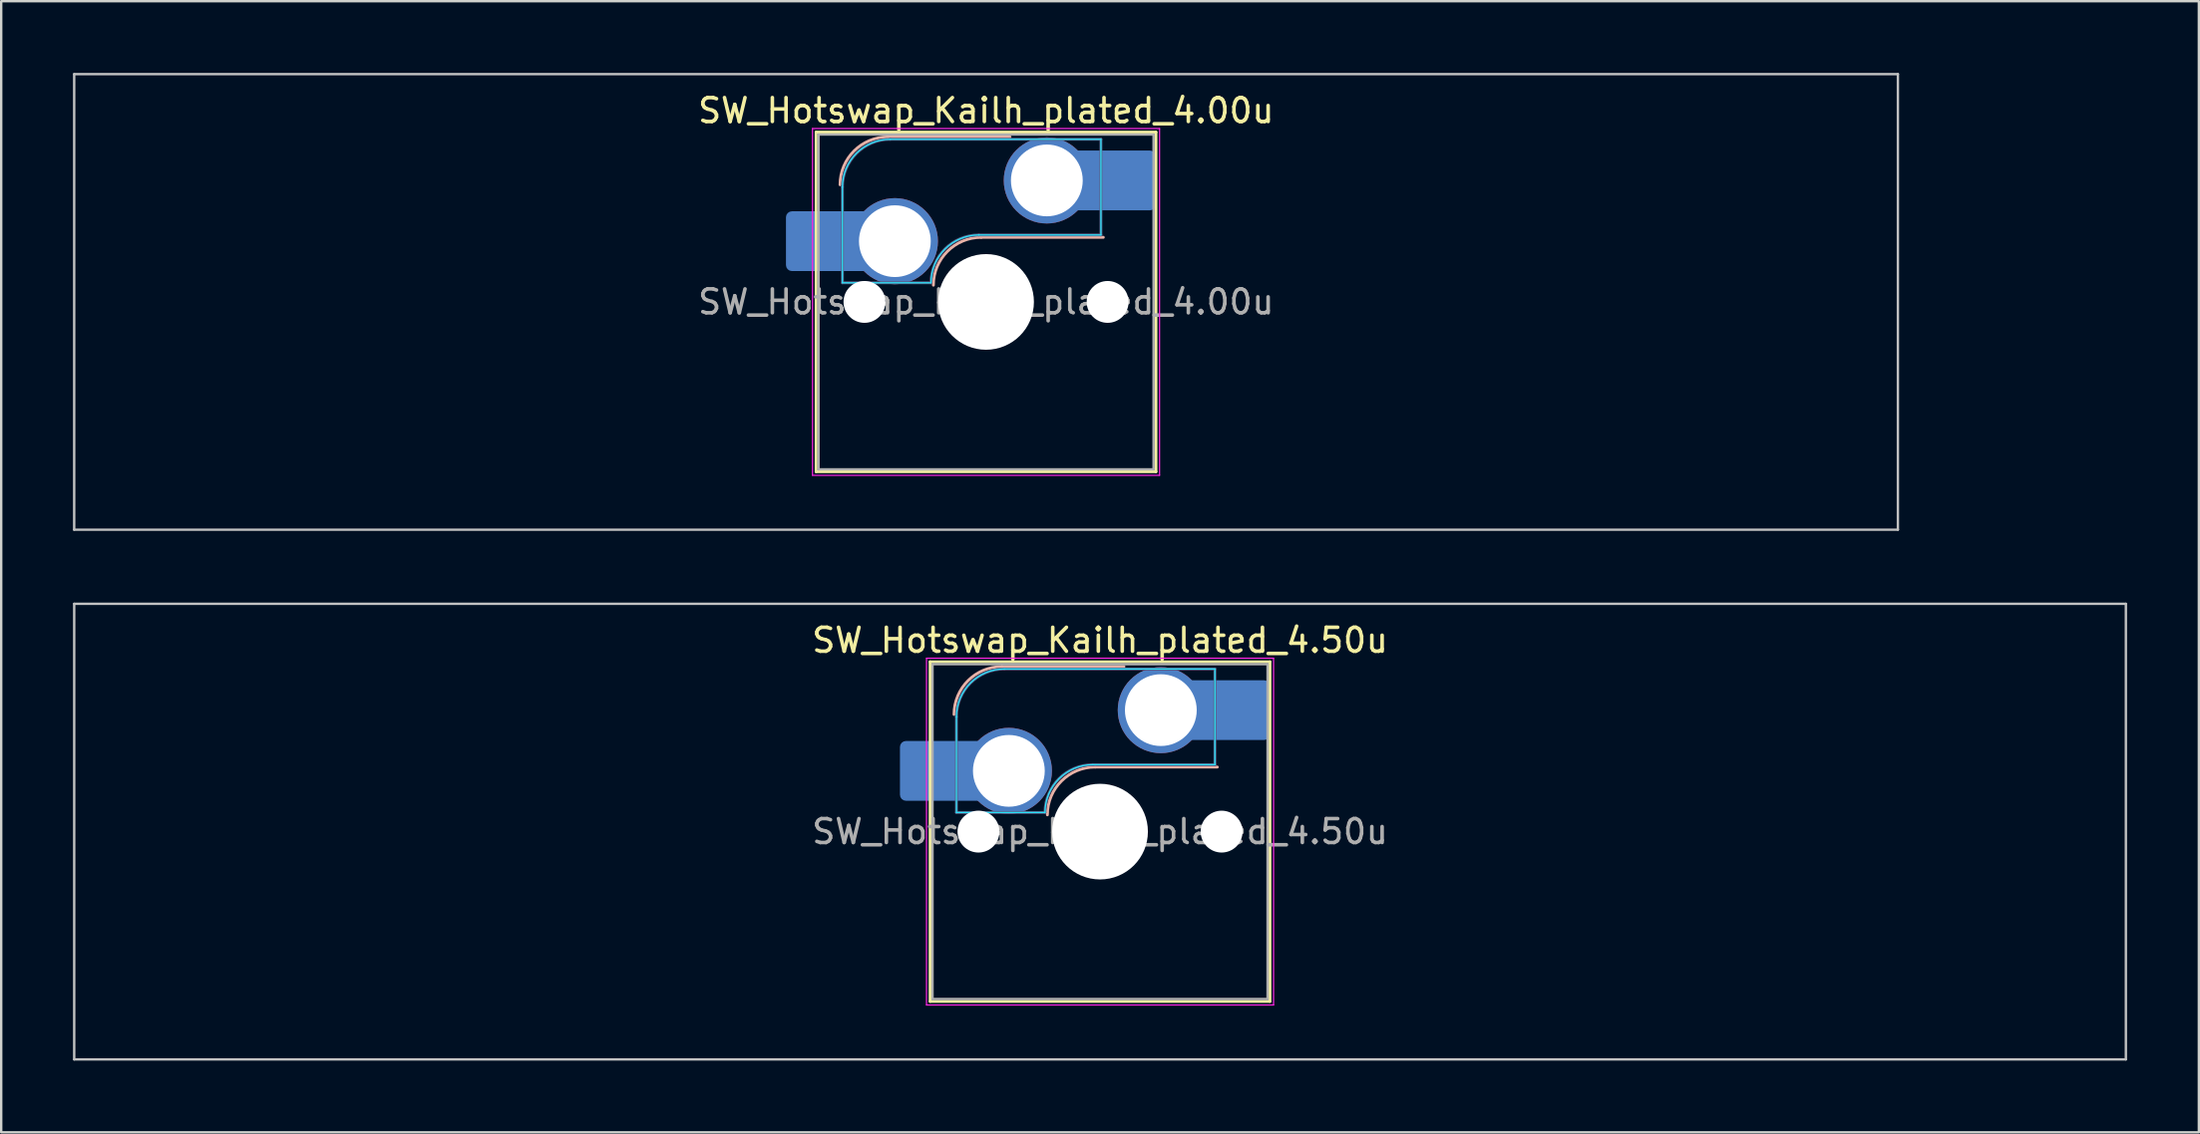
<source format=kicad_pcb>
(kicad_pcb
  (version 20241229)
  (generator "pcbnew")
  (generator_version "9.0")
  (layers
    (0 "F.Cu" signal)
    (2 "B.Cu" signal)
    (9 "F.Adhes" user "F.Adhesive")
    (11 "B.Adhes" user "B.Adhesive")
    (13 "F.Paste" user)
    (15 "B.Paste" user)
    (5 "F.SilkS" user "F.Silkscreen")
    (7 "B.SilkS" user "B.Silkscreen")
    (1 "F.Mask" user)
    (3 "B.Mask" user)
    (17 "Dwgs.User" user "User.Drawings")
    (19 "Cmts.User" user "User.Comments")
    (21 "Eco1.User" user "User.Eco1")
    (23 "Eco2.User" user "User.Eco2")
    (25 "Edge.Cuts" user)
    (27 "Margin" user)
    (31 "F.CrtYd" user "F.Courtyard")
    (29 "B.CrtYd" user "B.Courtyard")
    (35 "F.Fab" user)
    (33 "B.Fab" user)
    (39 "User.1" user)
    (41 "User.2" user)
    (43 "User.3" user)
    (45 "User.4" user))
  (footprint "SW_Hotswap_Kailh_plated_4.00u"
    (layer "F.Cu")
    (at 38.15 9.575)
    (property "Reference" "SW_Hotswap_Kailh_plated_4.00u" (at 0 -8 0) (layer "F.SilkS") (effects (font (size 1 1) (thickness 0.15))))
    (attr smd)
    (fp_line (start -7.1 -7.1) (end -7.1 7.1) (stroke (width 0.12) (type solid)) (layer "F.SilkS"))
    (fp_line (start -7.1 7.1) (end 7.1 7.1) (stroke (width 0.12) (type solid)) (layer "F.SilkS"))
    (fp_line (start 7.1 -7.1) (end -7.1 -7.1) (stroke (width 0.12) (type solid)) (layer "F.SilkS"))
    (fp_line (start 7.1 7.1) (end 7.1 -7.1) (stroke (width 0.12) (type solid)) (layer "F.SilkS"))
    (fp_line (start -4.1 -6.9) (end 1 -6.9) (stroke (width 0.12) (type solid)) (layer "B.SilkS"))
    (fp_line (start -0.2 -2.7) (end 4.9 -2.7) (stroke (width 0.12) (type solid)) (layer "B.SilkS"))
    (fp_arc (start -6.1 -4.9) (mid -5.514214 -6.314214) (end -4.1 -6.9) (stroke (width 0.12) (type solid)) (layer "B.SilkS"))
    (fp_arc (start -2.2 -0.7) (mid -1.614214 -2.114214) (end -0.2 -2.7) (stroke (width 0.12) (type solid)) (layer "B.SilkS"))
    (fp_line (start -38.1 -9.525) (end -38.1 9.525) (stroke (width 0.1) (type solid)) (layer "Dwgs.User"))
    (fp_line (start -38.1 9.525) (end 38.1 9.525) (stroke (width 0.1) (type solid)) (layer "Dwgs.User"))
    (fp_line (start 38.1 -9.525) (end -38.1 -9.525) (stroke (width 0.1) (type solid)) (layer "Dwgs.User"))
    (fp_line (start 38.1 9.525) (end 38.1 -9.525) (stroke (width 0.1) (type solid)) (layer "Dwgs.User"))
    (fp_line (start -7.8 -6) (end -7 -6) (stroke (width 0.1) (type solid)) (layer "Eco1.User"))
    (fp_line (start -7.8 -2.9) (end -7.8 -6) (stroke (width 0.1) (type solid)) (layer "Eco1.User"))
    (fp_line (start -7.8 2.9) (end -7 2.9) (stroke (width 0.1) (type solid)) (layer "Eco1.User"))
    (fp_line (start -7.8 6) (end -7.8 2.9) (stroke (width 0.1) (type solid)) (layer "Eco1.User"))
    (fp_line (start -7 -7) (end 7 -7) (stroke (width 0.1) (type solid)) (layer "Eco1.User"))
    (fp_line (start -7 -6) (end -7 -7) (stroke (width 0.1) (type solid)) (layer "Eco1.User"))
    (fp_line (start -7 -2.9) (end -7.8 -2.9) (stroke (width 0.1) (type solid)) (layer "Eco1.User"))
    (fp_line (start -7 2.9) (end -7 -2.9) (stroke (width 0.1) (type solid)) (layer "Eco1.User"))
    (fp_line (start -7 6) (end -7.8 6) (stroke (width 0.1) (type solid)) (layer "Eco1.User"))
    (fp_line (start -7 7) (end -7 6) (stroke (width 0.1) (type solid)) (layer "Eco1.User"))
    (fp_line (start 7 -7) (end 7 -6) (stroke (width 0.1) (type solid)) (layer "Eco1.User"))
    (fp_line (start 7 -6) (end 7.8 -6) (stroke (width 0.1) (type solid)) (layer "Eco1.User"))
    (fp_line (start 7 -2.9) (end 7 2.9) (stroke (width 0.1) (type solid)) (layer "Eco1.User"))
    (fp_line (start 7 2.9) (end 7.8 2.9) (stroke (width 0.1) (type solid)) (layer "Eco1.User"))
    (fp_line (start 7 6) (end 7 7) (stroke (width 0.1) (type solid)) (layer "Eco1.User"))
    (fp_line (start 7 7) (end -7 7) (stroke (width 0.1) (type solid)) (layer "Eco1.User"))
    (fp_line (start 7.8 -6) (end 7.8 -2.9) (stroke (width 0.1) (type solid)) (layer "Eco1.User"))
    (fp_line (start 7.8 -2.9) (end 7 -2.9) (stroke (width 0.1) (type solid)) (layer "Eco1.User"))
    (fp_line (start 7.8 2.9) (end 7.8 6) (stroke (width 0.1) (type solid)) (layer "Eco1.User"))
    (fp_line (start 7.8 6) (end 7 6) (stroke (width 0.1) (type solid)) (layer "Eco1.User"))
    (fp_line (start -6 -0.8) (end -6 -4.8) (stroke (width 0.05) (type solid)) (layer "B.CrtYd"))
    (fp_line (start -6 -0.8) (end -2.3 -0.8) (stroke (width 0.05) (type solid)) (layer "B.CrtYd"))
    (fp_line (start -4 -6.8) (end 4.8 -6.8) (stroke (width 0.05) (type solid)) (layer "B.CrtYd"))
    (fp_line (start -0.3 -2.8) (end 4.8 -2.8) (stroke (width 0.05) (type solid)) (layer "B.CrtYd"))
    (fp_line (start 4.8 -6.8) (end 4.8 -2.8) (stroke (width 0.05) (type solid)) (layer "B.CrtYd"))
    (fp_arc (start -6 -4.8) (mid -5.414214 -6.214214) (end -4 -6.8) (stroke (width 0.05) (type solid)) (layer "B.CrtYd"))
    (fp_arc (start -2.3 -0.8) (mid -1.714214 -2.214214) (end -0.3 -2.8) (stroke (width 0.05) (type solid)) (layer "B.CrtYd"))
    (fp_line (start -7.25 -7.25) (end -7.25 7.25) (stroke (width 0.05) (type solid)) (layer "F.CrtYd"))
    (fp_line (start -7.25 7.25) (end 7.25 7.25) (stroke (width 0.05) (type solid)) (layer "F.CrtYd"))
    (fp_line (start 7.25 -7.25) (end -7.25 -7.25) (stroke (width 0.05) (type solid)) (layer "F.CrtYd"))
    (fp_line (start 7.25 7.25) (end 7.25 -7.25) (stroke (width 0.05) (type solid)) (layer "F.CrtYd"))
    (fp_line (start -6 -0.8) (end -6 -4.8) (stroke (width 0.12) (type solid)) (layer "B.Fab"))
    (fp_line (start -6 -0.8) (end -2.3 -0.8) (stroke (width 0.12) (type solid)) (layer "B.Fab"))
    (fp_line (start -4 -6.8) (end 4.8 -6.8) (stroke (width 0.12) (type solid)) (layer "B.Fab"))
    (fp_line (start -0.3 -2.8) (end 4.8 -2.8) (stroke (width 0.12) (type solid)) (layer "B.Fab"))
    (fp_line (start 4.8 -6.8) (end 4.8 -2.8) (stroke (width 0.12) (type solid)) (layer "B.Fab"))
    (fp_arc (start -6 -4.8) (mid -5.414214 -6.214214) (end -4 -6.8) (stroke (width 0.12) (type solid)) (layer "B.Fab"))
    (fp_arc (start -2.3 -0.8) (mid -1.714214 -2.214214) (end -0.3 -2.8) (stroke (width 0.12) (type solid)) (layer "B.Fab"))
    (fp_line (start -7 -7) (end -7 7) (stroke (width 0.1) (type solid)) (layer "F.Fab"))
    (fp_line (start -7 7) (end 7 7) (stroke (width 0.1) (type solid)) (layer "F.Fab"))
    (fp_line (start 7 -7) (end -7 -7) (stroke (width 0.1) (type solid)) (layer "F.Fab"))
    (fp_line (start 7 7) (end 7 -7) (stroke (width 0.1) (type solid)) (layer "F.Fab"))
    (fp_text user "${REFERENCE}" (at 0 0 0) (layer "F.Fab") (effects (font (size 1 1) (thickness 0.15))))
    (pad "" smd roundrect (at -7.085 -2.54) (size 2.55 2.5) (layers "B.Mask" "B.Paste") (roundrect_rratio 0.1))
    (pad "" np_thru_hole circle (at -5.08 0) (size 1.75 1.75) (drill 1.75) (layers "*.Cu" "*.Mask"))
    (pad "" np_thru_hole circle (at 0 0) (size 4 4) (drill 4) (layers "*.Cu" "*.Mask"))
    (pad "" np_thru_hole circle (at 5.08 0) (size 1.75 1.75) (drill 1.75) (layers "*.Cu" "*.Mask"))
    (pad "" smd roundrect (at 5.842 -5.08) (size 2.55 2.5) (layers "B.Mask" "B.Paste") (roundrect_rratio 0.1))
    (pad "1" smd roundrect (at -6.585 -2.54) (size 3.55 2.5) (layers "B.Cu") (roundrect_rratio 0.1))
    (pad "1" thru_hole circle (at -3.81 -2.54) (size 3.6 3.6) (drill 3) (layers "*.Cu" "B.Mask"))
    (pad "2" thru_hole circle (at 2.54 -5.08) (size 3.6 3.6) (drill 3) (layers "*.Cu" "B.Mask"))
    (pad "2" smd roundrect (at 5.32 -5.08) (size 3.55 2.5) (layers "B.Cu") (roundrect_rratio 0.1)))
  (footprint "SW_Hotswap_Kailh_plated_4.50u"
    (layer "F.Cu")
    (at 42.913 31.725)
    (property "Reference" "SW_Hotswap_Kailh_plated_4.50u" (at 0 -8 0) (layer "F.SilkS") (effects (font (size 1 1) (thickness 0.15))))
    (attr smd)
    (fp_line (start -7.1 -7.1) (end -7.1 7.1) (stroke (width 0.12) (type solid)) (layer "F.SilkS"))
    (fp_line (start -7.1 7.1) (end 7.1 7.1) (stroke (width 0.12) (type solid)) (layer "F.SilkS"))
    (fp_line (start 7.1 -7.1) (end -7.1 -7.1) (stroke (width 0.12) (type solid)) (layer "F.SilkS"))
    (fp_line (start 7.1 7.1) (end 7.1 -7.1) (stroke (width 0.12) (type solid)) (layer "F.SilkS"))
    (fp_line (start -4.1 -6.9) (end 1 -6.9) (stroke (width 0.12) (type solid)) (layer "B.SilkS"))
    (fp_line (start -0.2 -2.7) (end 4.9 -2.7) (stroke (width 0.12) (type solid)) (layer "B.SilkS"))
    (fp_arc (start -6.1 -4.9) (mid -5.514214 -6.314214) (end -4.1 -6.9) (stroke (width 0.12) (type solid)) (layer "B.SilkS"))
    (fp_arc (start -2.2 -0.7) (mid -1.614214 -2.114214) (end -0.2 -2.7) (stroke (width 0.12) (type solid)) (layer "B.SilkS"))
    (fp_line (start -42.862 -9.525) (end -42.862 9.525) (stroke (width 0.1) (type solid)) (layer "Dwgs.User"))
    (fp_line (start -42.862 9.525) (end 42.862 9.525) (stroke (width 0.1) (type solid)) (layer "Dwgs.User"))
    (fp_line (start 42.862 -9.525) (end -42.862 -9.525) (stroke (width 0.1) (type solid)) (layer "Dwgs.User"))
    (fp_line (start 42.862 9.525) (end 42.862 -9.525) (stroke (width 0.1) (type solid)) (layer "Dwgs.User"))
    (fp_line (start -7.8 -6) (end -7 -6) (stroke (width 0.1) (type solid)) (layer "Eco1.User"))
    (fp_line (start -7.8 -2.9) (end -7.8 -6) (stroke (width 0.1) (type solid)) (layer "Eco1.User"))
    (fp_line (start -7.8 2.9) (end -7 2.9) (stroke (width 0.1) (type solid)) (layer "Eco1.User"))
    (fp_line (start -7.8 6) (end -7.8 2.9) (stroke (width 0.1) (type solid)) (layer "Eco1.User"))
    (fp_line (start -7 -7) (end 7 -7) (stroke (width 0.1) (type solid)) (layer "Eco1.User"))
    (fp_line (start -7 -6) (end -7 -7) (stroke (width 0.1) (type solid)) (layer "Eco1.User"))
    (fp_line (start -7 -2.9) (end -7.8 -2.9) (stroke (width 0.1) (type solid)) (layer "Eco1.User"))
    (fp_line (start -7 2.9) (end -7 -2.9) (stroke (width 0.1) (type solid)) (layer "Eco1.User"))
    (fp_line (start -7 6) (end -7.8 6) (stroke (width 0.1) (type solid)) (layer "Eco1.User"))
    (fp_line (start -7 7) (end -7 6) (stroke (width 0.1) (type solid)) (layer "Eco1.User"))
    (fp_line (start 7 -7) (end 7 -6) (stroke (width 0.1) (type solid)) (layer "Eco1.User"))
    (fp_line (start 7 -6) (end 7.8 -6) (stroke (width 0.1) (type solid)) (layer "Eco1.User"))
    (fp_line (start 7 -2.9) (end 7 2.9) (stroke (width 0.1) (type solid)) (layer "Eco1.User"))
    (fp_line (start 7 2.9) (end 7.8 2.9) (stroke (width 0.1) (type solid)) (layer "Eco1.User"))
    (fp_line (start 7 6) (end 7 7) (stroke (width 0.1) (type solid)) (layer "Eco1.User"))
    (fp_line (start 7 7) (end -7 7) (stroke (width 0.1) (type solid)) (layer "Eco1.User"))
    (fp_line (start 7.8 -6) (end 7.8 -2.9) (stroke (width 0.1) (type solid)) (layer "Eco1.User"))
    (fp_line (start 7.8 -2.9) (end 7 -2.9) (stroke (width 0.1) (type solid)) (layer "Eco1.User"))
    (fp_line (start 7.8 2.9) (end 7.8 6) (stroke (width 0.1) (type solid)) (layer "Eco1.User"))
    (fp_line (start 7.8 6) (end 7 6) (stroke (width 0.1) (type solid)) (layer "Eco1.User"))
    (fp_line (start -6 -0.8) (end -6 -4.8) (stroke (width 0.05) (type solid)) (layer "B.CrtYd"))
    (fp_line (start -6 -0.8) (end -2.3 -0.8) (stroke (width 0.05) (type solid)) (layer "B.CrtYd"))
    (fp_line (start -4 -6.8) (end 4.8 -6.8) (stroke (width 0.05) (type solid)) (layer "B.CrtYd"))
    (fp_line (start -0.3 -2.8) (end 4.8 -2.8) (stroke (width 0.05) (type solid)) (layer "B.CrtYd"))
    (fp_line (start 4.8 -6.8) (end 4.8 -2.8) (stroke (width 0.05) (type solid)) (layer "B.CrtYd"))
    (fp_arc (start -6 -4.8) (mid -5.414214 -6.214214) (end -4 -6.8) (stroke (width 0.05) (type solid)) (layer "B.CrtYd"))
    (fp_arc (start -2.3 -0.8) (mid -1.714214 -2.214214) (end -0.3 -2.8) (stroke (width 0.05) (type solid)) (layer "B.CrtYd"))
    (fp_line (start -7.25 -7.25) (end -7.25 7.25) (stroke (width 0.05) (type solid)) (layer "F.CrtYd"))
    (fp_line (start -7.25 7.25) (end 7.25 7.25) (stroke (width 0.05) (type solid)) (layer "F.CrtYd"))
    (fp_line (start 7.25 -7.25) (end -7.25 -7.25) (stroke (width 0.05) (type solid)) (layer "F.CrtYd"))
    (fp_line (start 7.25 7.25) (end 7.25 -7.25) (stroke (width 0.05) (type solid)) (layer "F.CrtYd"))
    (fp_line (start -6 -0.8) (end -6 -4.8) (stroke (width 0.12) (type solid)) (layer "B.Fab"))
    (fp_line (start -6 -0.8) (end -2.3 -0.8) (stroke (width 0.12) (type solid)) (layer "B.Fab"))
    (fp_line (start -4 -6.8) (end 4.8 -6.8) (stroke (width 0.12) (type solid)) (layer "B.Fab"))
    (fp_line (start -0.3 -2.8) (end 4.8 -2.8) (stroke (width 0.12) (type solid)) (layer "B.Fab"))
    (fp_line (start 4.8 -6.8) (end 4.8 -2.8) (stroke (width 0.12) (type solid)) (layer "B.Fab"))
    (fp_arc (start -6 -4.8) (mid -5.414214 -6.214214) (end -4 -6.8) (stroke (width 0.12) (type solid)) (layer "B.Fab"))
    (fp_arc (start -2.3 -0.8) (mid -1.714214 -2.214214) (end -0.3 -2.8) (stroke (width 0.12) (type solid)) (layer "B.Fab"))
    (fp_line (start -7 -7) (end -7 7) (stroke (width 0.1) (type solid)) (layer "F.Fab"))
    (fp_line (start -7 7) (end 7 7) (stroke (width 0.1) (type solid)) (layer "F.Fab"))
    (fp_line (start 7 -7) (end -7 -7) (stroke (width 0.1) (type solid)) (layer "F.Fab"))
    (fp_line (start 7 7) (end 7 -7) (stroke (width 0.1) (type solid)) (layer "F.Fab"))
    (fp_text user "${REFERENCE}" (at 0 0 0) (layer "F.Fab") (effects (font (size 1 1) (thickness 0.15))))
    (pad "" smd roundrect (at -7.085 -2.54) (size 2.55 2.5) (layers "B.Mask" "B.Paste") (roundrect_rratio 0.1))
    (pad "" np_thru_hole circle (at -5.08 0) (size 1.75 1.75) (drill 1.75) (layers "*.Cu" "*.Mask"))
    (pad "" np_thru_hole circle (at 0 0) (size 4 4) (drill 4) (layers "*.Cu" "*.Mask"))
    (pad "" np_thru_hole circle (at 5.08 0) (size 1.75 1.75) (drill 1.75) (layers "*.Cu" "*.Mask"))
    (pad "" smd roundrect (at 5.842 -5.08) (size 2.55 2.5) (layers "B.Mask" "B.Paste") (roundrect_rratio 0.1))
    (pad "1" smd roundrect (at -6.585 -2.54) (size 3.55 2.5) (layers "B.Cu") (roundrect_rratio 0.1))
    (pad "1" thru_hole circle (at -3.81 -2.54) (size 3.6 3.6) (drill 3) (layers "*.Cu" "B.Mask"))
    (pad "2" thru_hole circle (at 2.54 -5.08) (size 3.6 3.6) (drill 3) (layers "*.Cu" "B.Mask"))
    (pad "2" smd roundrect (at 5.32 -5.08) (size 3.55 2.5) (layers "B.Cu") (roundrect_rratio 0.1)))
  (gr_rect
    (start -3 -3)
    (end 88.825 44.3)
    (stroke (width 0.1) (type default))
    (fill no)
    (layer "Edge.Cuts")))
</source>
